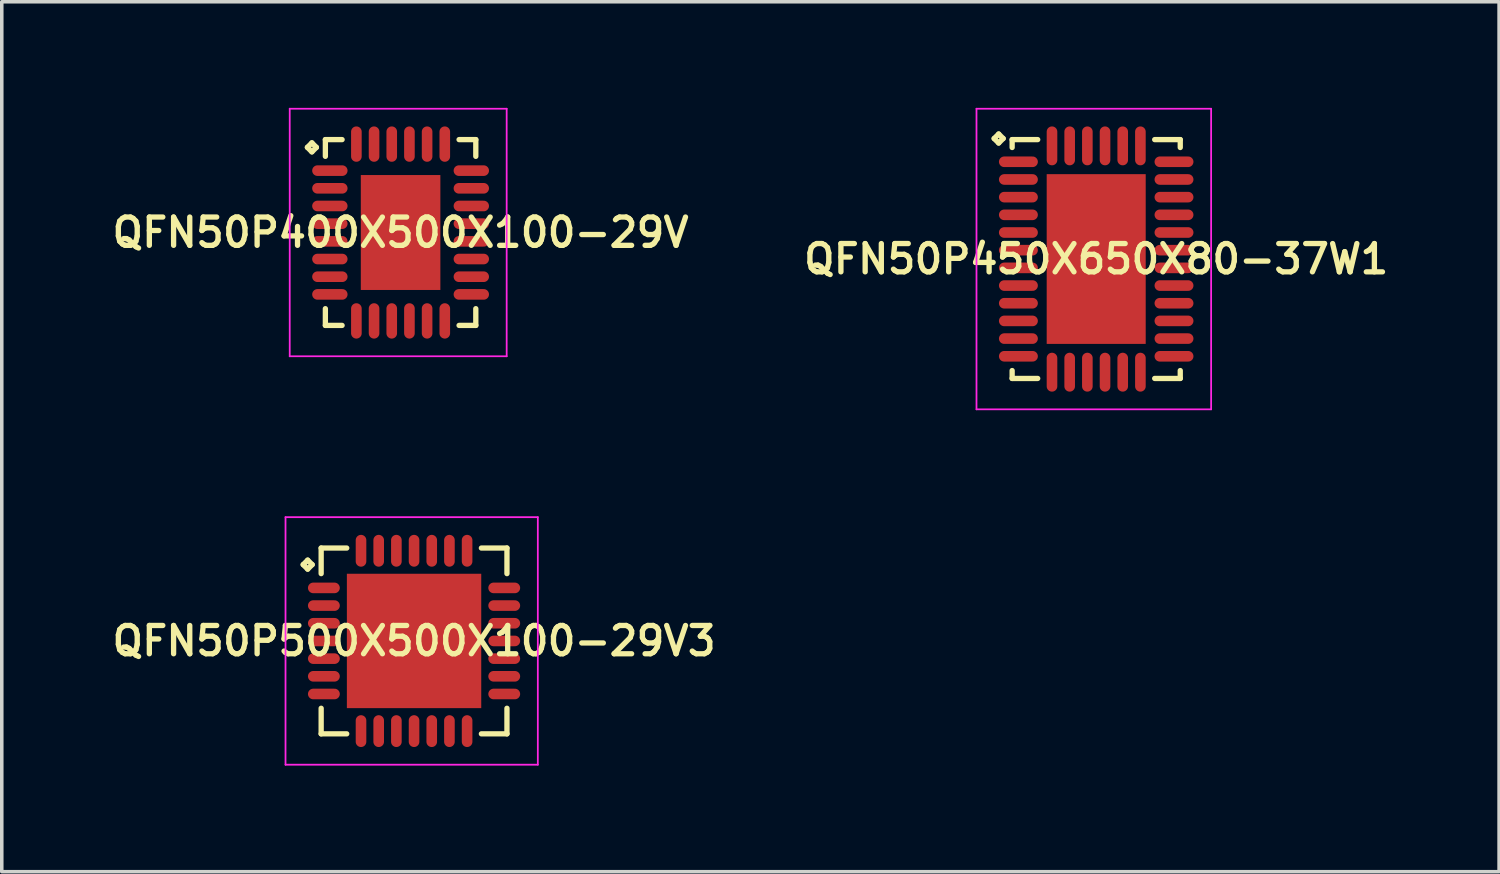
<source format=kicad_pcb>
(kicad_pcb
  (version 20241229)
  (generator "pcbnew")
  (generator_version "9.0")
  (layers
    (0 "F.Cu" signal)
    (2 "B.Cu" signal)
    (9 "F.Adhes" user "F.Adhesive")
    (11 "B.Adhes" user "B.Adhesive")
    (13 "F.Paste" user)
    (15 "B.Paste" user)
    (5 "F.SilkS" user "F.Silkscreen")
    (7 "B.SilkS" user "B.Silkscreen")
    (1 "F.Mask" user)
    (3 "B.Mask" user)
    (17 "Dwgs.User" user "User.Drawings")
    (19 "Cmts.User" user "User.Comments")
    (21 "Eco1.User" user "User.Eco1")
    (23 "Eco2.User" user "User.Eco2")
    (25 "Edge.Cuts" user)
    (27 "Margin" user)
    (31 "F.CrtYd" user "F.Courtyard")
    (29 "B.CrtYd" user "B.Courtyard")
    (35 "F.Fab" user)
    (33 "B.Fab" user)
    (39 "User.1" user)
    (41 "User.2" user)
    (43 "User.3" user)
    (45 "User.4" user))
  (footprint "QFN50P400X500X100-29V"
    (layer "F.Cu")
    (at 8.278 3.525)
    (property "Reference" "QFN50P400X500X100-29V" (at 0 0 0) (layer "F.SilkS") (effects (font (size 0.8 0.8) (thickness 0.15))))
    (attr smd)
    (fp_line (start -2.635 -2.408) (end -2.508 -2.535) (stroke (width 0.15) (type solid)) (layer "F.SilkS"))
    (fp_line (start -2.508 -2.535) (end -2.381 -2.408) (stroke (width 0.15) (type solid)) (layer "F.SilkS"))
    (fp_line (start -2.508 -2.281) (end -2.635 -2.408) (stroke (width 0.15) (type solid)) (layer "F.SilkS"))
    (fp_line (start -2.381 -2.408) (end -2.508 -2.281) (stroke (width 0.15) (type solid)) (layer "F.SilkS"))
    (fp_line (start -2.127 -2.627) (end -1.654 -2.627) (stroke (width 0.15) (type solid)) (layer "F.SilkS"))
    (fp_line (start -2.127 -2.154) (end -2.127 -2.627) (stroke (width 0.15) (type solid)) (layer "F.SilkS"))
    (fp_line (start -2.127 2.154) (end -2.127 2.627) (stroke (width 0.15) (type solid)) (layer "F.SilkS"))
    (fp_line (start -2.127 2.627) (end -1.654 2.627) (stroke (width 0.15) (type solid)) (layer "F.SilkS"))
    (fp_line (start 1.654 -2.627) (end 2.127 -2.627) (stroke (width 0.15) (type solid)) (layer "F.SilkS"))
    (fp_line (start 1.654 2.627) (end 2.127 2.627) (stroke (width 0.15) (type solid)) (layer "F.SilkS"))
    (fp_line (start 2.127 -2.627) (end 2.127 -2.154) (stroke (width 0.15) (type solid)) (layer "F.SilkS"))
    (fp_line (start 2.127 2.627) (end 2.127 2.154) (stroke (width 0.15) (type solid)) (layer "F.SilkS"))
    (fp_line (start -3.135 -3.5) (end 3 -3.5) (stroke (width 0.05) (type solid)) (layer "F.CrtYd"))
    (fp_line (start -3.135 3.5) (end -3.135 -3.5) (stroke (width 0.05) (type solid)) (layer "F.CrtYd"))
    (fp_line (start 3 -3.5) (end 3 3.5) (stroke (width 0.05) (type solid)) (layer "F.CrtYd"))
    (fp_line (start 3 3.5) (end -3.135 3.5) (stroke (width 0.05) (type solid)) (layer "F.CrtYd"))
    (pad "1" smd oval (at -2 -1.75) (size 1 0.3) (layers "F.Cu" "F.Mask" "F.Paste"))
    (pad "2" smd oval (at -2 -1.25) (size 1 0.3) (layers "F.Cu" "F.Mask" "F.Paste"))
    (pad "3" smd oval (at -2 -0.75) (size 1 0.3) (layers "F.Cu" "F.Mask" "F.Paste"))
    (pad "4" smd oval (at -2 -0.25) (size 1 0.3) (layers "F.Cu" "F.Mask" "F.Paste"))
    (pad "5" smd oval (at -2 0.25) (size 1 0.3) (layers "F.Cu" "F.Mask" "F.Paste"))
    (pad "6" smd oval (at -2 0.75) (size 1 0.3) (layers "F.Cu" "F.Mask" "F.Paste"))
    (pad "7" smd oval (at -2 1.25) (size 1 0.3) (layers "F.Cu" "F.Mask" "F.Paste"))
    (pad "8" smd oval (at -2 1.75) (size 1 0.3) (layers "F.Cu" "F.Mask" "F.Paste"))
    (pad "9" smd oval (at -1.25 2.5) (size 0.3 1) (layers "F.Cu" "F.Mask" "F.Paste"))
    (pad "10" smd oval (at -0.75 2.5) (size 0.3 1) (layers "F.Cu" "F.Mask" "F.Paste"))
    (pad "11" smd oval (at -0.25 2.5) (size 0.3 1) (layers "F.Cu" "F.Mask" "F.Paste"))
    (pad "12" smd oval (at 0.25 2.5) (size 0.3 1) (layers "F.Cu" "F.Mask" "F.Paste"))
    (pad "13" smd oval (at 0.75 2.5) (size 0.3 1) (layers "F.Cu" "F.Mask" "F.Paste"))
    (pad "14" smd oval (at 1.25 2.5) (size 0.3 1) (layers "F.Cu" "F.Mask" "F.Paste"))
    (pad "15" smd oval (at 2 1.75) (size 1 0.3) (layers "F.Cu" "F.Mask" "F.Paste"))
    (pad "16" smd oval (at 2 1.25) (size 1 0.3) (layers "F.Cu" "F.Mask" "F.Paste"))
    (pad "17" smd oval (at 2 0.75) (size 1 0.3) (layers "F.Cu" "F.Mask" "F.Paste"))
    (pad "18" smd oval (at 2 0.25) (size 1 0.3) (layers "F.Cu" "F.Mask" "F.Paste"))
    (pad "19" smd oval (at 2 -0.25) (size 1 0.3) (layers "F.Cu" "F.Mask" "F.Paste"))
    (pad "20" smd oval (at 2 -0.75) (size 1 0.3) (layers "F.Cu" "F.Mask" "F.Paste"))
    (pad "21" smd oval (at 2 -1.25) (size 1 0.3) (layers "F.Cu" "F.Mask" "F.Paste"))
    (pad "22" smd oval (at 2 -1.75) (size 1 0.3) (layers "F.Cu" "F.Mask" "F.Paste"))
    (pad "23" smd oval (at 1.25 -2.5) (size 0.3 1) (layers "F.Cu" "F.Mask" "F.Paste"))
    (pad "24" smd oval (at 0.75 -2.5) (size 0.3 1) (layers "F.Cu" "F.Mask" "F.Paste"))
    (pad "25" smd oval (at 0.25 -2.5) (size 0.3 1) (layers "F.Cu" "F.Mask" "F.Paste"))
    (pad "26" smd oval (at -0.25 -2.5) (size 0.3 1) (layers "F.Cu" "F.Mask" "F.Paste"))
    (pad "27" smd oval (at -0.75 -2.5) (size 0.3 1) (layers "F.Cu" "F.Mask" "F.Paste"))
    (pad "28" smd oval (at -1.25 -2.5) (size 0.3 1) (layers "F.Cu" "F.Mask" "F.Paste"))
    (pad "29" smd rect (at 0 0) (size 2.25 3.25) (layers "F.Cu" "F.Mask" "F.Paste")))
  (footprint "QFN50P500X500X100-29V3"
    (layer "F.Cu")
    (at 8.659 15.075)
    (property "Reference" "QFN50P500X500X100-29V3" (at 0 0 0) (layer "F.SilkS") (effects (font (size 0.8 0.8) (thickness 0.15))))
    (attr smd)
    (fp_line (start -3.135 -2.158) (end -3.008 -2.285) (stroke (width 0.15) (type solid)) (layer "F.SilkS"))
    (fp_line (start -3.008 -2.285) (end -2.881 -2.158) (stroke (width 0.15) (type solid)) (layer "F.SilkS"))
    (fp_line (start -3.008 -2.031) (end -3.135 -2.158) (stroke (width 0.15) (type solid)) (layer "F.SilkS"))
    (fp_line (start -2.881 -2.158) (end -3.008 -2.031) (stroke (width 0.15) (type solid)) (layer "F.SilkS"))
    (fp_line (start -2.627 -2.627) (end -1.904 -2.627) (stroke (width 0.15) (type solid)) (layer "F.SilkS"))
    (fp_line (start -2.627 -1.904) (end -2.627 -2.627) (stroke (width 0.15) (type solid)) (layer "F.SilkS"))
    (fp_line (start -2.627 1.904) (end -2.627 2.627) (stroke (width 0.15) (type solid)) (layer "F.SilkS"))
    (fp_line (start -2.627 2.627) (end -1.904 2.627) (stroke (width 0.15) (type solid)) (layer "F.SilkS"))
    (fp_line (start 1.904 -2.627) (end 2.627 -2.627) (stroke (width 0.15) (type solid)) (layer "F.SilkS"))
    (fp_line (start 1.904 2.627) (end 2.627 2.627) (stroke (width 0.15) (type solid)) (layer "F.SilkS"))
    (fp_line (start 2.627 -2.627) (end 2.627 -1.904) (stroke (width 0.15) (type solid)) (layer "F.SilkS"))
    (fp_line (start 2.627 2.627) (end 2.627 1.904) (stroke (width 0.15) (type solid)) (layer "F.SilkS"))
    (fp_line (start -3.635 -3.5) (end 3.5 -3.5) (stroke (width 0.05) (type solid)) (layer "F.CrtYd"))
    (fp_line (start -3.635 3.5) (end -3.635 -3.5) (stroke (width 0.05) (type solid)) (layer "F.CrtYd"))
    (fp_line (start 3.5 -3.5) (end 3.5 3.5) (stroke (width 0.05) (type solid)) (layer "F.CrtYd"))
    (fp_line (start 3.5 3.5) (end -3.635 3.5) (stroke (width 0.05) (type solid)) (layer "F.CrtYd"))
    (pad "1" smd oval (at -2.55 -1.5) (size 0.9 0.3) (layers "F.Cu" "F.Mask" "F.Paste"))
    (pad "2" smd oval (at -2.55 -1) (size 0.9 0.3) (layers "F.Cu" "F.Mask" "F.Paste"))
    (pad "3" smd oval (at -2.55 -0.5) (size 0.9 0.3) (layers "F.Cu" "F.Mask" "F.Paste"))
    (pad "4" smd oval (at -2.55 0) (size 0.9 0.3) (layers "F.Cu" "F.Mask" "F.Paste"))
    (pad "5" smd oval (at -2.55 0.5) (size 0.9 0.3) (layers "F.Cu" "F.Mask" "F.Paste"))
    (pad "6" smd oval (at -2.55 1) (size 0.9 0.3) (layers "F.Cu" "F.Mask" "F.Paste"))
    (pad "7" smd oval (at -2.55 1.5) (size 0.9 0.3) (layers "F.Cu" "F.Mask" "F.Paste"))
    (pad "8" smd oval (at -1.5 2.55) (size 0.3 0.9) (layers "F.Cu" "F.Mask" "F.Paste"))
    (pad "9" smd oval (at -1 2.55) (size 0.3 0.9) (layers "F.Cu" "F.Mask" "F.Paste"))
    (pad "10" smd oval (at -0.5 2.55) (size 0.3 0.9) (layers "F.Cu" "F.Mask" "F.Paste"))
    (pad "11" smd oval (at 0 2.55) (size 0.3 0.9) (layers "F.Cu" "F.Mask" "F.Paste"))
    (pad "12" smd oval (at 0.5 2.55) (size 0.3 0.9) (layers "F.Cu" "F.Mask" "F.Paste"))
    (pad "13" smd oval (at 1 2.55) (size 0.3 0.9) (layers "F.Cu" "F.Mask" "F.Paste"))
    (pad "14" smd oval (at 1.5 2.55) (size 0.3 0.9) (layers "F.Cu" "F.Mask" "F.Paste"))
    (pad "15" smd oval (at 2.55 1.5) (size 0.9 0.3) (layers "F.Cu" "F.Mask" "F.Paste"))
    (pad "16" smd oval (at 2.55 1) (size 0.9 0.3) (layers "F.Cu" "F.Mask" "F.Paste"))
    (pad "17" smd oval (at 2.55 0.5) (size 0.9 0.3) (layers "F.Cu" "F.Mask" "F.Paste"))
    (pad "18" smd oval (at 2.55 0) (size 0.9 0.3) (layers "F.Cu" "F.Mask" "F.Paste"))
    (pad "19" smd oval (at 2.55 -0.5) (size 0.9 0.3) (layers "F.Cu" "F.Mask" "F.Paste"))
    (pad "20" smd oval (at 2.55 -1) (size 0.9 0.3) (layers "F.Cu" "F.Mask" "F.Paste"))
    (pad "21" smd oval (at 2.55 -1.5) (size 0.9 0.3) (layers "F.Cu" "F.Mask" "F.Paste"))
    (pad "22" smd oval (at 1.5 -2.55) (size 0.3 0.9) (layers "F.Cu" "F.Mask" "F.Paste"))
    (pad "23" smd oval (at 1 -2.55) (size 0.3 0.9) (layers "F.Cu" "F.Mask" "F.Paste"))
    (pad "24" smd oval (at 0.5 -2.55) (size 0.3 0.9) (layers "F.Cu" "F.Mask" "F.Paste"))
    (pad "25" smd oval (at 0 -2.55) (size 0.3 0.9) (layers "F.Cu" "F.Mask" "F.Paste"))
    (pad "26" smd oval (at -0.5 -2.55) (size 0.3 0.9) (layers "F.Cu" "F.Mask" "F.Paste"))
    (pad "27" smd oval (at -1 -2.55) (size 0.3 0.9) (layers "F.Cu" "F.Mask" "F.Paste"))
    (pad "28" smd oval (at -1.5 -2.55) (size 0.3 0.9) (layers "F.Cu" "F.Mask" "F.Paste"))
    (pad "29" smd rect (at 0 0) (size 3.8 3.8) (layers "F.Cu" "F.Mask" "F.Paste")))
  (footprint "QFN50P450X650X80-37W1"
    (layer "F.Cu")
    (at 27.949 4.275)
    (property "Reference" "QFN50P450X650X80-37W1" (at 0 0 0) (layer "F.SilkS") (effects (font (size 0.8 0.8) (thickness 0.15))))
    (attr smd)
    (fp_line (start -2.885 -3.408) (end -2.758 -3.535) (stroke (width 0.15) (type solid)) (layer "F.SilkS"))
    (fp_line (start -2.758 -3.535) (end -2.631 -3.408) (stroke (width 0.15) (type solid)) (layer "F.SilkS"))
    (fp_line (start -2.758 -3.281) (end -2.885 -3.408) (stroke (width 0.15) (type solid)) (layer "F.SilkS"))
    (fp_line (start -2.631 -3.408) (end -2.758 -3.281) (stroke (width 0.15) (type solid)) (layer "F.SilkS"))
    (fp_line (start -2.377 -3.377) (end -1.654 -3.377) (stroke (width 0.15) (type solid)) (layer "F.SilkS"))
    (fp_line (start -2.377 -3.154) (end -2.377 -3.377) (stroke (width 0.15) (type solid)) (layer "F.SilkS"))
    (fp_line (start -2.377 3.154) (end -2.377 3.377) (stroke (width 0.15) (type solid)) (layer "F.SilkS"))
    (fp_line (start -2.377 3.377) (end -1.654 3.377) (stroke (width 0.15) (type solid)) (layer "F.SilkS"))
    (fp_line (start 1.654 -3.377) (end 2.377 -3.377) (stroke (width 0.15) (type solid)) (layer "F.SilkS"))
    (fp_line (start 1.654 3.377) (end 2.377 3.377) (stroke (width 0.15) (type solid)) (layer "F.SilkS"))
    (fp_line (start 2.377 -3.377) (end 2.377 -3.154) (stroke (width 0.15) (type solid)) (layer "F.SilkS"))
    (fp_line (start 2.377 3.377) (end 2.377 3.154) (stroke (width 0.15) (type solid)) (layer "F.SilkS"))
    (fp_line (start -3.385 -4.25) (end 3.25 -4.25) (stroke (width 0.05) (type solid)) (layer "F.CrtYd"))
    (fp_line (start -3.385 4.25) (end -3.385 -4.25) (stroke (width 0.05) (type solid)) (layer "F.CrtYd"))
    (fp_line (start 3.25 -4.25) (end 3.25 4.25) (stroke (width 0.05) (type solid)) (layer "F.CrtYd"))
    (fp_line (start 3.25 4.25) (end -3.385 4.25) (stroke (width 0.05) (type solid)) (layer "F.CrtYd"))
    (pad "1" smd oval (at -2.2 -2.75) (size 1.1 0.3) (layers "F.Cu" "F.Mask" "F.Paste"))
    (pad "2" smd oval (at -2.2 -2.25) (size 1.1 0.3) (layers "F.Cu" "F.Mask" "F.Paste"))
    (pad "3" smd oval (at -2.2 -1.75) (size 1.1 0.3) (layers "F.Cu" "F.Mask" "F.Paste"))
    (pad "4" smd oval (at -2.2 -1.25) (size 1.1 0.3) (layers "F.Cu" "F.Mask" "F.Paste"))
    (pad "5" smd oval (at -2.2 -0.75) (size 1.1 0.3) (layers "F.Cu" "F.Mask" "F.Paste"))
    (pad "6" smd oval (at -2.2 -0.25) (size 1.1 0.3) (layers "F.Cu" "F.Mask" "F.Paste"))
    (pad "7" smd oval (at -2.2 0.25) (size 1.1 0.3) (layers "F.Cu" "F.Mask" "F.Paste"))
    (pad "8" smd oval (at -2.2 0.75) (size 1.1 0.3) (layers "F.Cu" "F.Mask" "F.Paste"))
    (pad "9" smd oval (at -2.2 1.25) (size 1.1 0.3) (layers "F.Cu" "F.Mask" "F.Paste"))
    (pad "10" smd oval (at -2.2 1.75) (size 1.1 0.3) (layers "F.Cu" "F.Mask" "F.Paste"))
    (pad "11" smd oval (at -2.2 2.25) (size 1.1 0.3) (layers "F.Cu" "F.Mask" "F.Paste"))
    (pad "12" smd oval (at -2.2 2.75) (size 1.1 0.3) (layers "F.Cu" "F.Mask" "F.Paste"))
    (pad "13" smd oval (at -1.25 3.2) (size 0.3 1.1) (layers "F.Cu" "F.Mask" "F.Paste"))
    (pad "14" smd oval (at -0.75 3.2) (size 0.3 1.1) (layers "F.Cu" "F.Mask" "F.Paste"))
    (pad "15" smd oval (at -0.25 3.2) (size 0.3 1.1) (layers "F.Cu" "F.Mask" "F.Paste"))
    (pad "16" smd oval (at 0.25 3.2) (size 0.3 1.1) (layers "F.Cu" "F.Mask" "F.Paste"))
    (pad "17" smd oval (at 0.75 3.2) (size 0.3 1.1) (layers "F.Cu" "F.Mask" "F.Paste"))
    (pad "18" smd oval (at 1.25 3.2) (size 0.3 1.1) (layers "F.Cu" "F.Mask" "F.Paste"))
    (pad "19" smd oval (at 2.2 2.75) (size 1.1 0.3) (layers "F.Cu" "F.Mask" "F.Paste"))
    (pad "20" smd oval (at 2.2 2.25) (size 1.1 0.3) (layers "F.Cu" "F.Mask" "F.Paste"))
    (pad "21" smd oval (at 2.2 1.75) (size 1.1 0.3) (layers "F.Cu" "F.Mask" "F.Paste"))
    (pad "22" smd oval (at 2.2 1.25) (size 1.1 0.3) (layers "F.Cu" "F.Mask" "F.Paste"))
    (pad "23" smd oval (at 2.2 0.75) (size 1.1 0.3) (layers "F.Cu" "F.Mask" "F.Paste"))
    (pad "24" smd oval (at 2.2 0.25) (size 1.1 0.3) (layers "F.Cu" "F.Mask" "F.Paste"))
    (pad "25" smd oval (at 2.2 -0.25) (size 1.1 0.3) (layers "F.Cu" "F.Mask" "F.Paste"))
    (pad "26" smd oval (at 2.2 -0.75) (size 1.1 0.3) (layers "F.Cu" "F.Mask" "F.Paste"))
    (pad "27" smd oval (at 2.2 -1.25) (size 1.1 0.3) (layers "F.Cu" "F.Mask" "F.Paste"))
    (pad "28" smd oval (at 2.2 -1.75) (size 1.1 0.3) (layers "F.Cu" "F.Mask" "F.Paste"))
    (pad "29" smd oval (at 2.2 -2.25) (size 1.1 0.3) (layers "F.Cu" "F.Mask" "F.Paste"))
    (pad "30" smd oval (at 2.2 -2.75) (size 1.1 0.3) (layers "F.Cu" "F.Mask" "F.Paste"))
    (pad "31" smd oval (at 1.25 -3.2) (size 0.3 1.1) (layers "F.Cu" "F.Mask" "F.Paste"))
    (pad "32" smd oval (at 0.75 -3.2) (size 0.3 1.1) (layers "F.Cu" "F.Mask" "F.Paste"))
    (pad "33" smd oval (at 0.25 -3.2) (size 0.3 1.1) (layers "F.Cu" "F.Mask" "F.Paste"))
    (pad "34" smd oval (at -0.25 -3.2) (size 0.3 1.1) (layers "F.Cu" "F.Mask" "F.Paste"))
    (pad "35" smd oval (at -0.75 -3.2) (size 0.3 1.1) (layers "F.Cu" "F.Mask" "F.Paste"))
    (pad "36" smd oval (at -1.25 -3.2) (size 0.3 1.1) (layers "F.Cu" "F.Mask" "F.Paste"))
    (pad "37" smd rect (at 0 0) (size 2.8 4.8) (layers "F.Cu" "F.Mask" "F.Paste")))
  (gr_rect
    (start -3 -3)
    (end 39.342 21.6)
    (stroke (width 0.1) (type default))
    (fill no)
    (layer "Edge.Cuts")))
</source>
